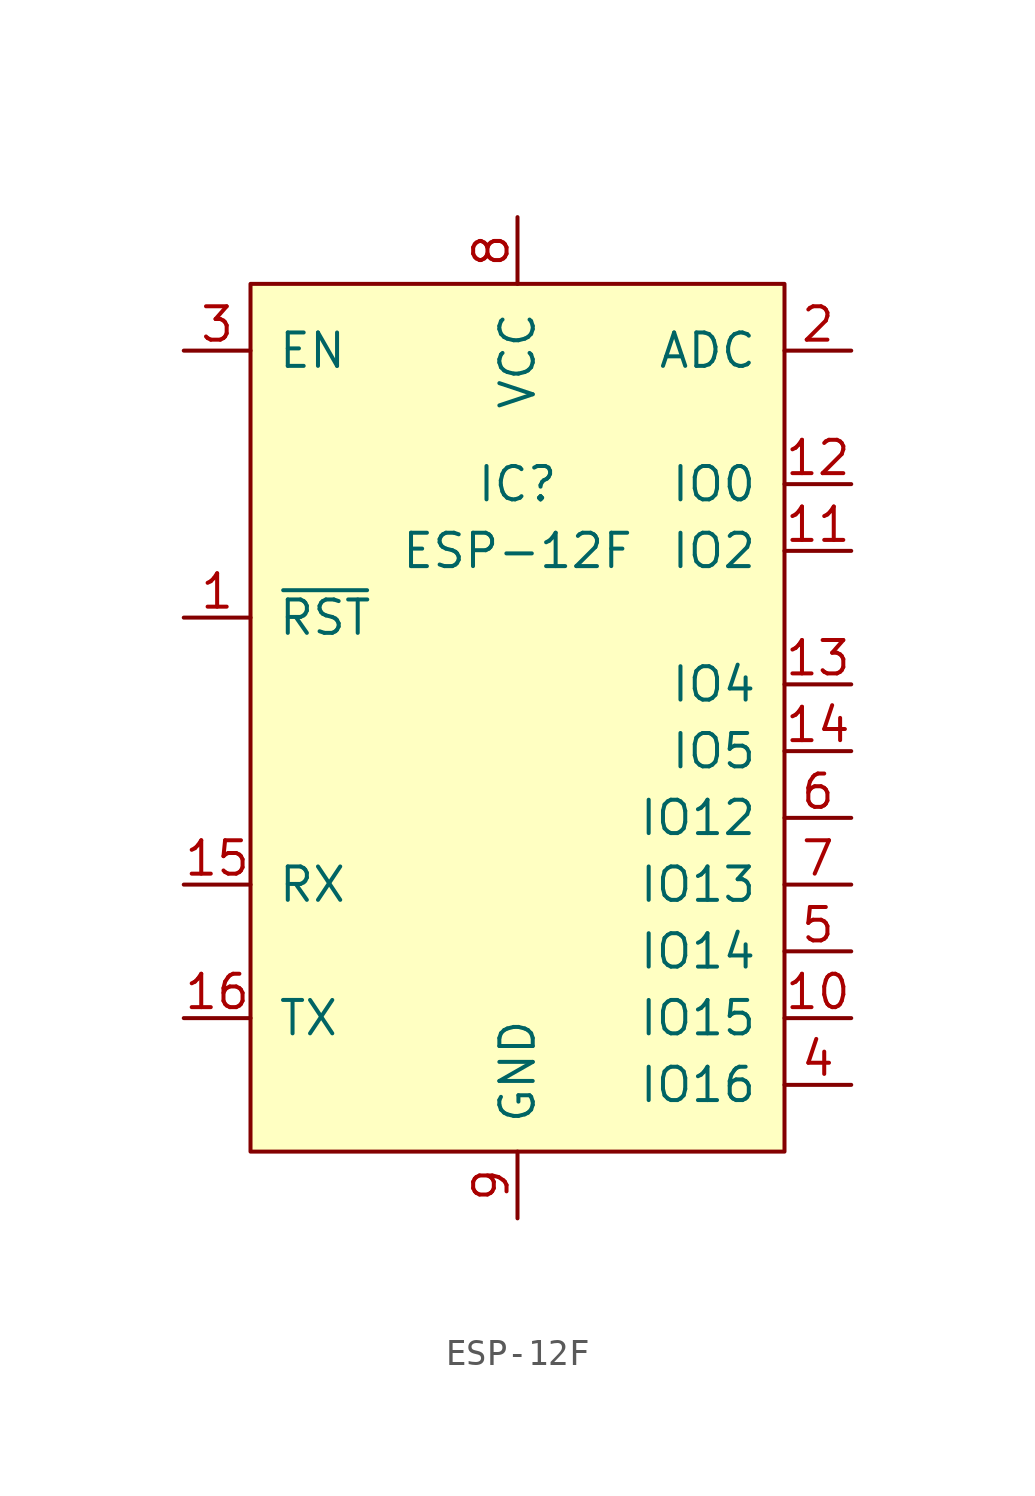
<source format=kicad_sym>
(kicad_symbol_lib
  (version 20211014)
  (generator kicad_symbol_editor)
  (symbol "ESP-12F"
    (pin_names
      (offset 1.016))
    (property "Reference" "IC"
      (at 0 10.16 0)
      (effects (font (size 1.27 1.27))))
    (property "Value" "ESP-12F"
      (at 0 7.62 0)
      (effects (font (size 1.27 1.27))))
    (symbol "ESP-12F_0_1"
      (rectangle (start -10.16 17.78) (end 10.16 -15.24) (stroke (width 0) (type default) (color 0 0 0 0)) (fill (type background))))
    (symbol "ESP-12F_1_1"
      (pin input line (at -12.7 5.08 0) (length 2.54) (name "~{RST}" (effects (font (size 1.27 1.27)))) (number "1" (effects (font (size 1.27 1.27)))))
      (pin bidirectional line (at 12.7 -10.16 180) (length 2.54) (name "IO15" (effects (font (size 1.27 1.27)))) (number "10" (effects (font (size 1.27 1.27)))))
      (pin bidirectional line (at 12.7 7.62 180) (length 2.54) (name "IO2" (effects (font (size 1.27 1.27)))) (number "11" (effects (font (size 1.27 1.27)))))
      (pin bidirectional line (at 12.7 10.16 180) (length 2.54) (name "IO0" (effects (font (size 1.27 1.27)))) (number "12" (effects (font (size 1.27 1.27)))))
      (pin bidirectional line (at 12.7 2.54 180) (length 2.54) (name "IO4" (effects (font (size 1.27 1.27)))) (number "13" (effects (font (size 1.27 1.27)))))
      (pin bidirectional line (at 12.7 0 180) (length 2.54) (name "IO5" (effects (font (size 1.27 1.27)))) (number "14" (effects (font (size 1.27 1.27)))))
      (pin input line (at -12.7 -5.08 0) (length 2.54) (name "RX" (effects (font (size 1.27 1.27)))) (number "15" (effects (font (size 1.27 1.27)))))
      (pin output line (at -12.7 -10.16 0) (length 2.54) (name "TX" (effects (font (size 1.27 1.27)))) (number "16" (effects (font (size 1.27 1.27)))))
      (pin input line (at 12.7 15.24 180) (length 2.54) (name "ADC" (effects (font (size 1.27 1.27)))) (number "2" (effects (font (size 1.27 1.27)))))
      (pin input line (at -12.7 15.24 0) (length 2.54) (name "EN" (effects (font (size 1.27 1.27)))) (number "3" (effects (font (size 1.27 1.27)))))
      (pin bidirectional line (at 12.7 -12.7 180) (length 2.54) (name "IO16" (effects (font (size 1.27 1.27)))) (number "4" (effects (font (size 1.27 1.27)))))
      (pin bidirectional line (at 12.7 -7.62 180) (length 2.54) (name "IO14" (effects (font (size 1.27 1.27)))) (number "5" (effects (font (size 1.27 1.27)))))
      (pin bidirectional line (at 12.7 -2.54 180) (length 2.54) (name "IO12" (effects (font (size 1.27 1.27)))) (number "6" (effects (font (size 1.27 1.27)))))
      (pin bidirectional line (at 12.7 -5.08 180) (length 2.54) (name "IO13" (effects (font (size 1.27 1.27)))) (number "7" (effects (font (size 1.27 1.27)))))
      (pin power_in line (at 0 20.32 270) (length 2.54) (name "VCC" (effects (font (size 1.27 1.27)))) (number "8" (effects (font (size 1.27 1.27)))))
      (pin power_out line (at 0 -17.78 90) (length 2.54) (name "GND" (effects (font (size 1.27 1.27)))) (number "9" (effects (font (size 1.27 1.27))))))))
</source>
